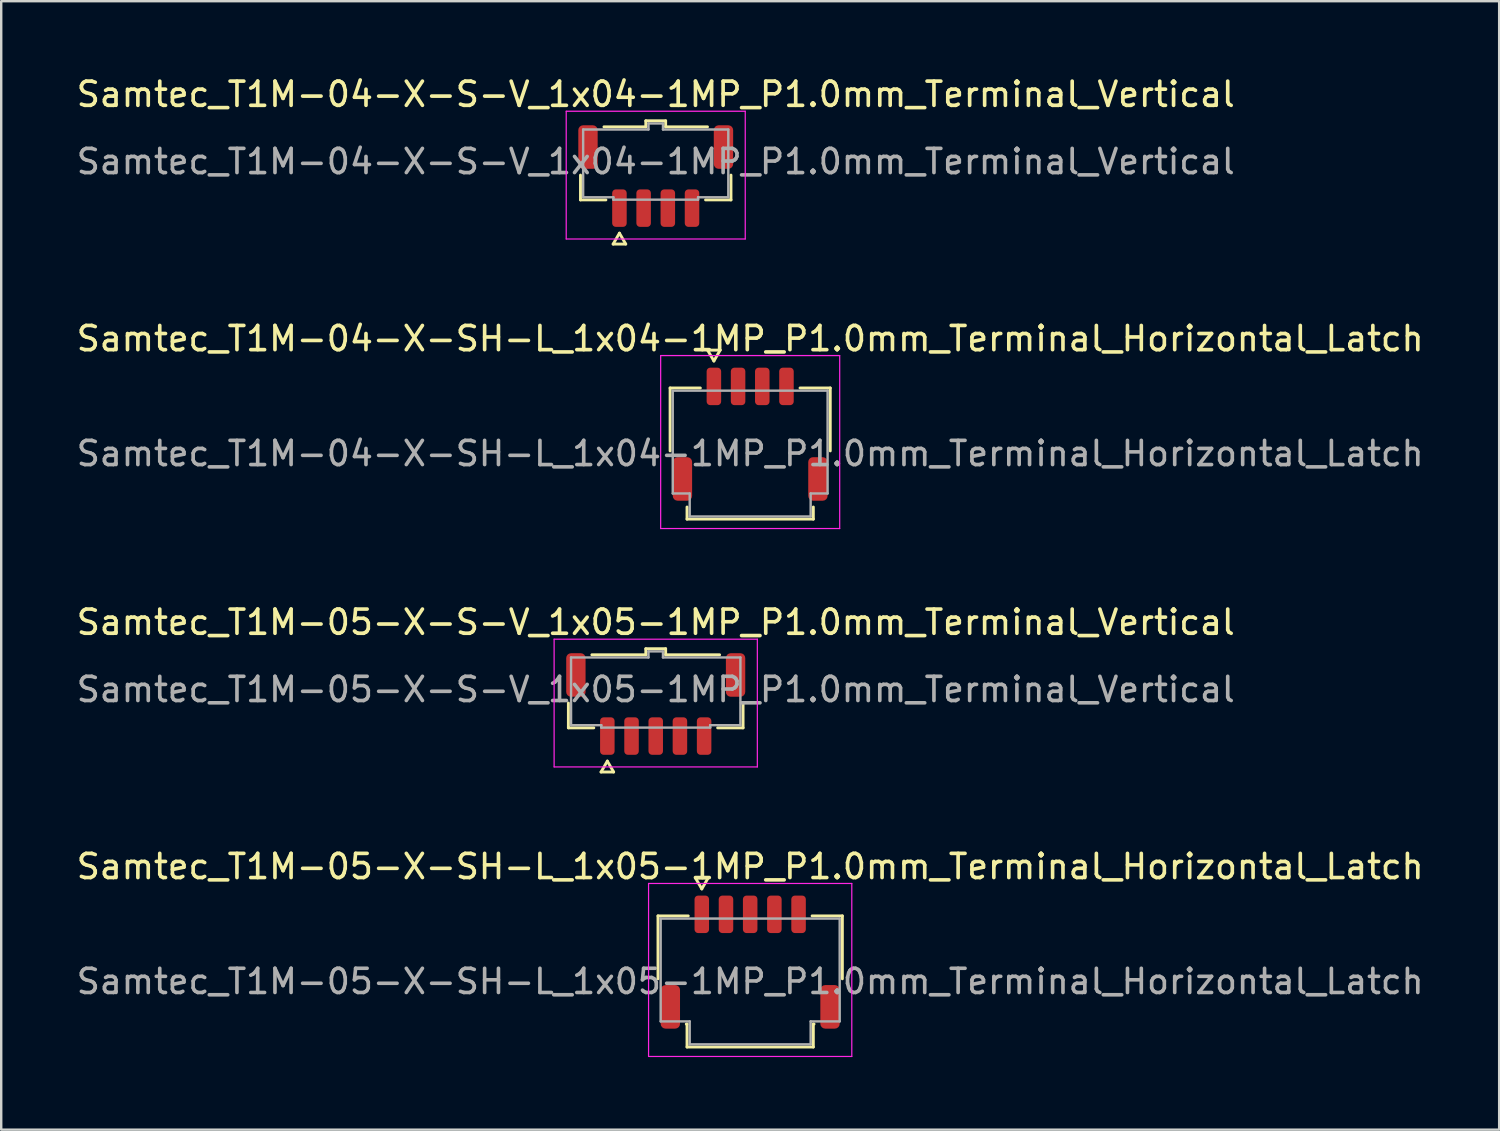
<source format=kicad_pcb>
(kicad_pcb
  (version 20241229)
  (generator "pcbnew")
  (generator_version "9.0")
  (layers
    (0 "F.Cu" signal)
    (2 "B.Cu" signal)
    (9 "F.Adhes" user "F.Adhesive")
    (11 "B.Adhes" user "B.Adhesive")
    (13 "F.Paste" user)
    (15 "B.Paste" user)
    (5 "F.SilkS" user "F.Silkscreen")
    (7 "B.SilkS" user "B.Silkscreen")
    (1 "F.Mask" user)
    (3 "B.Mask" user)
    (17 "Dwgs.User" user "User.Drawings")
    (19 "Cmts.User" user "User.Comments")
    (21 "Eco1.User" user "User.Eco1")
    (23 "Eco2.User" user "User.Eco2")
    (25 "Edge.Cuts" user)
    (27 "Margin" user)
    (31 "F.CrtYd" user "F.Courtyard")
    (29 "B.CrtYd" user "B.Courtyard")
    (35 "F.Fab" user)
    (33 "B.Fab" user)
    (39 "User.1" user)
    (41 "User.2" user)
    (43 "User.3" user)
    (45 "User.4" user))
  (footprint "Samtec_T1M-04-X-S-V_1x04-1MP_P1.0mm_Terminal_Vertical"
    (layer "F.Cu")
    (at 24.054 3.628)
    (property "Reference" "Samtec_T1M-04-X-S-V_1x04-1MP_P1.0mm_Terminal_Vertical" (at 0 -2.78 0) (layer "F.SilkS") (effects (font (size 1 1) (thickness 0.15))))
    (attr smd)
    (fp_line (start -3.11 1.585) (end -3.11 0.56) (stroke (width 0.12) (type solid)) (layer "F.SilkS"))
    (fp_line (start -2.14 -1.435) (end -0.41 -1.435) (stroke (width 0.12) (type solid)) (layer "F.SilkS"))
    (fp_line (start -2.06 1.585) (end -3.11 1.585) (stroke (width 0.12) (type solid)) (layer "F.SilkS"))
    (fp_line (start -1.76 3.41) (end -1.5 2.96) (stroke (width 0.12) (type solid)) (layer "F.SilkS"))
    (fp_line (start -1.5 2.96) (end -1.24 3.41) (stroke (width 0.12) (type solid)) (layer "F.SilkS"))
    (fp_line (start -1.24 3.41) (end -1.76 3.41) (stroke (width 0.12) (type solid)) (layer "F.SilkS"))
    (fp_line (start -0.41 -1.685) (end 0.41 -1.685) (stroke (width 0.12) (type solid)) (layer "F.SilkS"))
    (fp_line (start -0.41 -1.435) (end -0.41 -1.685) (stroke (width 0.12) (type solid)) (layer "F.SilkS"))
    (fp_line (start 0.41 -1.685) (end 0.41 -1.435) (stroke (width 0.12) (type solid)) (layer "F.SilkS"))
    (fp_line (start 0.41 -1.435) (end 2.14 -1.435) (stroke (width 0.12) (type solid)) (layer "F.SilkS"))
    (fp_line (start 3.11 0.56) (end 3.11 1.585) (stroke (width 0.12) (type solid)) (layer "F.SilkS"))
    (fp_line (start 3.11 1.585) (end 2.06 1.585) (stroke (width 0.12) (type solid)) (layer "F.SilkS"))
    (fp_line (start -3.7 -2.08) (end -3.7 3.2) (stroke (width 0.05) (type solid)) (layer "F.CrtYd"))
    (fp_line (start -3.7 3.2) (end 3.7 3.2) (stroke (width 0.05) (type solid)) (layer "F.CrtYd"))
    (fp_line (start 3.7 -2.08) (end -3.7 -2.08) (stroke (width 0.05) (type solid)) (layer "F.CrtYd"))
    (fp_line (start 3.7 3.2) (end 3.7 -2.08) (stroke (width 0.05) (type solid)) (layer "F.CrtYd"))
    (fp_line (start -3 -1.325) (end -0.3 -1.325) (stroke (width 0.1) (type solid)) (layer "F.Fab"))
    (fp_line (start -3 1.475) (end -3 -1.325) (stroke (width 0.1) (type solid)) (layer "F.Fab"))
    (fp_line (start -1.75 1.475) (end -3 1.475) (stroke (width 0.1) (type solid)) (layer "F.Fab"))
    (fp_line (start -1.75 1.575) (end -1.75 1.475) (stroke (width 0.1) (type solid)) (layer "F.Fab"))
    (fp_line (start -0.3 -1.575) (end 0.3 -1.575) (stroke (width 0.1) (type solid)) (layer "F.Fab"))
    (fp_line (start -0.3 -1.325) (end -0.3 -1.575) (stroke (width 0.1) (type solid)) (layer "F.Fab"))
    (fp_line (start 0.3 -1.575) (end 0.3 -1.325) (stroke (width 0.1) (type solid)) (layer "F.Fab"))
    (fp_line (start 0.3 -1.325) (end 3 -1.325) (stroke (width 0.1) (type solid)) (layer "F.Fab"))
    (fp_line (start 1.75 1.475) (end 1.75 1.575) (stroke (width 0.1) (type solid)) (layer "F.Fab"))
    (fp_line (start 1.75 1.575) (end -1.75 1.575) (stroke (width 0.1) (type solid)) (layer "F.Fab"))
    (fp_line (start 3 -1.325) (end 3 1.475) (stroke (width 0.1) (type solid)) (layer "F.Fab"))
    (fp_line (start 3 1.475) (end 1.75 1.475) (stroke (width 0.1) (type solid)) (layer "F.Fab"))
    (fp_text user "${REFERENCE}" (at 0 0 0) (layer "F.Fab") (effects (font (size 1 1) (thickness 0.15))))
    (pad "1" smd roundrect (at -1.5 1.925) (size 0.6 1.55) (layers "F.Cu" "F.Mask" "F.Paste") (roundrect_rratio 0.25))
    (pad "2" smd roundrect (at -0.5 1.925) (size 0.6 1.55) (layers "F.Cu" "F.Mask" "F.Paste") (roundrect_rratio 0.25))
    (pad "3" smd roundrect (at 0.5 1.925) (size 0.6 1.55) (layers "F.Cu" "F.Mask" "F.Paste") (roundrect_rratio 0.25))
    (pad "4" smd roundrect (at 1.5 1.925) (size 0.6 1.55) (layers "F.Cu" "F.Mask" "F.Paste") (roundrect_rratio 0.25))
    (pad "MP" smd roundrect (at -2.8 -0.6) (size 0.8 1.8) (layers "F.Cu" "F.Mask" "F.Paste") (roundrect_rratio 0.25))
    (pad "MP" smd roundrect (at 2.8 -0.6) (size 0.8 1.8) (layers "F.Cu" "F.Mask" "F.Paste") (roundrect_rratio 0.25)))
  (footprint "Samtec_T1M-05-X-S-V_1x05-1MP_P1.0mm_Terminal_Vertical"
    (layer "F.Cu")
    (at 24.054 25.45)
    (property "Reference" "Samtec_T1M-05-X-S-V_1x05-1MP_P1.0mm_Terminal_Vertical" (at 0 -2.78 0) (layer "F.SilkS") (effects (font (size 1 1) (thickness 0.15))))
    (attr smd)
    (fp_line (start -3.61 1.585) (end -3.61 0.56) (stroke (width 0.12) (type solid)) (layer "F.SilkS"))
    (fp_line (start -2.64 -1.435) (end -0.41 -1.435) (stroke (width 0.12) (type solid)) (layer "F.SilkS"))
    (fp_line (start -2.56 1.585) (end -3.61 1.585) (stroke (width 0.12) (type solid)) (layer "F.SilkS"))
    (fp_line (start -2.26 3.41) (end -2 2.96) (stroke (width 0.12) (type solid)) (layer "F.SilkS"))
    (fp_line (start -2 2.96) (end -1.74 3.41) (stroke (width 0.12) (type solid)) (layer "F.SilkS"))
    (fp_line (start -1.74 3.41) (end -2.26 3.41) (stroke (width 0.12) (type solid)) (layer "F.SilkS"))
    (fp_line (start -0.41 -1.685) (end 0.41 -1.685) (stroke (width 0.12) (type solid)) (layer "F.SilkS"))
    (fp_line (start -0.41 -1.435) (end -0.41 -1.685) (stroke (width 0.12) (type solid)) (layer "F.SilkS"))
    (fp_line (start 0.41 -1.685) (end 0.41 -1.435) (stroke (width 0.12) (type solid)) (layer "F.SilkS"))
    (fp_line (start 0.41 -1.435) (end 2.64 -1.435) (stroke (width 0.12) (type solid)) (layer "F.SilkS"))
    (fp_line (start 3.61 0.56) (end 3.61 1.585) (stroke (width 0.12) (type solid)) (layer "F.SilkS"))
    (fp_line (start 3.61 1.585) (end 2.56 1.585) (stroke (width 0.12) (type solid)) (layer "F.SilkS"))
    (fp_line (start -4.2 -2.08) (end -4.2 3.2) (stroke (width 0.05) (type solid)) (layer "F.CrtYd"))
    (fp_line (start -4.2 3.2) (end 4.2 3.2) (stroke (width 0.05) (type solid)) (layer "F.CrtYd"))
    (fp_line (start 4.2 -2.08) (end -4.2 -2.08) (stroke (width 0.05) (type solid)) (layer "F.CrtYd"))
    (fp_line (start 4.2 3.2) (end 4.2 -2.08) (stroke (width 0.05) (type solid)) (layer "F.CrtYd"))
    (fp_line (start -3.5 -1.325) (end -0.3 -1.325) (stroke (width 0.1) (type solid)) (layer "F.Fab"))
    (fp_line (start -3.5 1.475) (end -3.5 -1.325) (stroke (width 0.1) (type solid)) (layer "F.Fab"))
    (fp_line (start -2.25 1.475) (end -3.5 1.475) (stroke (width 0.1) (type solid)) (layer "F.Fab"))
    (fp_line (start -2.25 1.575) (end -2.25 1.475) (stroke (width 0.1) (type solid)) (layer "F.Fab"))
    (fp_line (start -0.3 -1.575) (end 0.3 -1.575) (stroke (width 0.1) (type solid)) (layer "F.Fab"))
    (fp_line (start -0.3 -1.325) (end -0.3 -1.575) (stroke (width 0.1) (type solid)) (layer "F.Fab"))
    (fp_line (start 0.3 -1.575) (end 0.3 -1.325) (stroke (width 0.1) (type solid)) (layer "F.Fab"))
    (fp_line (start 0.3 -1.325) (end 3.5 -1.325) (stroke (width 0.1) (type solid)) (layer "F.Fab"))
    (fp_line (start 2.25 1.475) (end 2.25 1.575) (stroke (width 0.1) (type solid)) (layer "F.Fab"))
    (fp_line (start 2.25 1.575) (end -2.25 1.575) (stroke (width 0.1) (type solid)) (layer "F.Fab"))
    (fp_line (start 3.5 -1.325) (end 3.5 1.475) (stroke (width 0.1) (type solid)) (layer "F.Fab"))
    (fp_line (start 3.5 1.475) (end 2.25 1.475) (stroke (width 0.1) (type solid)) (layer "F.Fab"))
    (fp_text user "${REFERENCE}" (at 0 0 0) (layer "F.Fab") (effects (font (size 1 1) (thickness 0.15))))
    (pad "1" smd roundrect (at -2 1.925) (size 0.6 1.55) (layers "F.Cu" "F.Mask" "F.Paste") (roundrect_rratio 0.25))
    (pad "2" smd roundrect (at -1 1.925) (size 0.6 1.55) (layers "F.Cu" "F.Mask" "F.Paste") (roundrect_rratio 0.25))
    (pad "3" smd roundrect (at 0 1.925) (size 0.6 1.55) (layers "F.Cu" "F.Mask" "F.Paste") (roundrect_rratio 0.25))
    (pad "4" smd roundrect (at 1 1.925) (size 0.6 1.55) (layers "F.Cu" "F.Mask" "F.Paste") (roundrect_rratio 0.25))
    (pad "5" smd roundrect (at 2 1.925) (size 0.6 1.55) (layers "F.Cu" "F.Mask" "F.Paste") (roundrect_rratio 0.25))
    (pad "MP" smd roundrect (at -3.3 -0.6) (size 0.8 1.8) (layers "F.Cu" "F.Mask" "F.Paste") (roundrect_rratio 0.25))
    (pad "MP" smd roundrect (at 3.3 -0.6) (size 0.8 1.8) (layers "F.Cu" "F.Mask" "F.Paste") (roundrect_rratio 0.25)))
  (footprint "Samtec_T1M-05-X-SH-L_1x05-1MP_P1.0mm_Terminal_Horizontal_Latch"
    (layer "F.Cu")
    (at 27.958 37.518)
    (property "Reference" "Samtec_T1M-05-X-SH-L_1x05-1MP_P1.0mm_Terminal_Horizontal_Latch" (at 0 -4.75 0) (layer "F.SilkS") (effects (font (size 1 1) (thickness 0.15))))
    (attr smd)
    (fp_line (start -3.81 -2.71) (end -2.56 -2.71) (stroke (width 0.12) (type solid)) (layer "F.SilkS"))
    (fp_line (start -3.81 -0.11) (end -3.81 -2.71) (stroke (width 0.12) (type solid)) (layer "F.SilkS"))
    (fp_line (start -2.61 1.76) (end -2.64 1.76) (stroke (width 0.12) (type solid)) (layer "F.SilkS"))
    (fp_line (start -2.61 2.71) (end -2.61 1.76) (stroke (width 0.12) (type solid)) (layer "F.SilkS"))
    (fp_line (start -2.26 -4.275) (end -2 -3.825) (stroke (width 0.12) (type solid)) (layer "F.SilkS"))
    (fp_line (start -2 -3.825) (end -1.74 -4.275) (stroke (width 0.12) (type solid)) (layer "F.SilkS"))
    (fp_line (start -1.74 -4.275) (end -2.26 -4.275) (stroke (width 0.12) (type solid)) (layer "F.SilkS"))
    (fp_line (start 2.56 -2.71) (end 3.81 -2.71) (stroke (width 0.12) (type solid)) (layer "F.SilkS"))
    (fp_line (start 2.61 1.76) (end 2.61 2.71) (stroke (width 0.12) (type solid)) (layer "F.SilkS"))
    (fp_line (start 2.61 2.71) (end -2.61 2.71) (stroke (width 0.12) (type solid)) (layer "F.SilkS"))
    (fp_line (start 2.64 1.76) (end 2.61 1.76) (stroke (width 0.12) (type solid)) (layer "F.SilkS"))
    (fp_line (start 3.81 -2.71) (end 3.81 -0.11) (stroke (width 0.12) (type solid)) (layer "F.SilkS"))
    (fp_line (start -4.2 -4.05) (end -4.2 3.1) (stroke (width 0.05) (type solid)) (layer "F.CrtYd"))
    (fp_line (start -4.2 3.1) (end 4.2 3.1) (stroke (width 0.05) (type solid)) (layer "F.CrtYd"))
    (fp_line (start 4.2 -4.05) (end -4.2 -4.05) (stroke (width 0.05) (type solid)) (layer "F.CrtYd"))
    (fp_line (start 4.2 3.1) (end 4.2 -4.05) (stroke (width 0.05) (type solid)) (layer "F.CrtYd"))
    (fp_line (start -3.7 -2.6) (end 3.7 -2.6) (stroke (width 0.1) (type solid)) (layer "F.Fab"))
    (fp_line (start -3.7 1.65) (end -3.7 -2.6) (stroke (width 0.1) (type solid)) (layer "F.Fab"))
    (fp_line (start -2.5 1.65) (end -3.7 1.65) (stroke (width 0.1) (type solid)) (layer "F.Fab"))
    (fp_line (start -2.5 2.6) (end -2.5 1.65) (stroke (width 0.1) (type solid)) (layer "F.Fab"))
    (fp_line (start 2.5 1.65) (end 2.5 2.6) (stroke (width 0.1) (type solid)) (layer "F.Fab"))
    (fp_line (start 2.5 2.6) (end -2.5 2.6) (stroke (width 0.1) (type solid)) (layer "F.Fab"))
    (fp_line (start 3.7 -2.6) (end 3.7 1.65) (stroke (width 0.1) (type solid)) (layer "F.Fab"))
    (fp_line (start 3.7 1.65) (end 2.5 1.65) (stroke (width 0.1) (type solid)) (layer "F.Fab"))
    (fp_text user "${REFERENCE}" (at 0 0 0) (layer "F.Fab") (effects (font (size 1 1) (thickness 0.15))))
    (pad "1" smd roundrect (at -2 -2.775) (size 0.6 1.55) (layers "F.Cu" "F.Mask" "F.Paste") (roundrect_rratio 0.25))
    (pad "2" smd roundrect (at -1 -2.775) (size 0.6 1.55) (layers "F.Cu" "F.Mask" "F.Paste") (roundrect_rratio 0.25))
    (pad "3" smd roundrect (at 0 -2.775) (size 0.6 1.55) (layers "F.Cu" "F.Mask" "F.Paste") (roundrect_rratio 0.25))
    (pad "4" smd roundrect (at 1 -2.775) (size 0.6 1.55) (layers "F.Cu" "F.Mask" "F.Paste") (roundrect_rratio 0.25))
    (pad "5" smd roundrect (at 2 -2.775) (size 0.6 1.55) (layers "F.Cu" "F.Mask" "F.Paste") (roundrect_rratio 0.25))
    (pad "MP" smd roundrect (at -3.3 1.05) (size 0.8 1.8) (layers "F.Cu" "F.Mask" "F.Paste") (roundrect_rratio 0.25))
    (pad "MP" smd roundrect (at 3.3 1.05) (size 0.8 1.8) (layers "F.Cu" "F.Mask" "F.Paste") (roundrect_rratio 0.25)))
  (footprint "Samtec_T1M-04-X-SH-L_1x04-1MP_P1.0mm_Terminal_Horizontal_Latch"
    (layer "F.Cu")
    (at 27.958 15.697)
    (property "Reference" "Samtec_T1M-04-X-SH-L_1x04-1MP_P1.0mm_Terminal_Horizontal_Latch" (at 0 -4.75 0) (layer "F.SilkS") (effects (font (size 1 1) (thickness 0.15))))
    (attr smd)
    (fp_line (start -3.31 -2.71) (end -2.06 -2.71) (stroke (width 0.12) (type solid)) (layer "F.SilkS"))
    (fp_line (start -3.31 -0.11) (end -3.31 -2.71) (stroke (width 0.12) (type solid)) (layer "F.SilkS"))
    (fp_line (start -2.61 2.71) (end -2.61 2.21) (stroke (width 0.12) (type solid)) (layer "F.SilkS"))
    (fp_line (start -1.76 -4.275) (end -1.5 -3.825) (stroke (width 0.12) (type solid)) (layer "F.SilkS"))
    (fp_line (start -1.5 -3.825) (end -1.24 -4.275) (stroke (width 0.12) (type solid)) (layer "F.SilkS"))
    (fp_line (start -1.24 -4.275) (end -1.76 -4.275) (stroke (width 0.12) (type solid)) (layer "F.SilkS"))
    (fp_line (start 2.06 -2.71) (end 3.31 -2.71) (stroke (width 0.12) (type solid)) (layer "F.SilkS"))
    (fp_line (start 2.61 2.21) (end 2.61 2.71) (stroke (width 0.12) (type solid)) (layer "F.SilkS"))
    (fp_line (start 2.61 2.71) (end -2.61 2.71) (stroke (width 0.12) (type solid)) (layer "F.SilkS"))
    (fp_line (start 3.31 -2.71) (end 3.31 -0.11) (stroke (width 0.12) (type solid)) (layer "F.SilkS"))
    (fp_line (start -3.7 -4.05) (end -3.7 3.1) (stroke (width 0.05) (type solid)) (layer "F.CrtYd"))
    (fp_line (start -3.7 3.1) (end 3.7 3.1) (stroke (width 0.05) (type solid)) (layer "F.CrtYd"))
    (fp_line (start 3.7 -4.05) (end -3.7 -4.05) (stroke (width 0.05) (type solid)) (layer "F.CrtYd"))
    (fp_line (start 3.7 3.1) (end 3.7 -4.05) (stroke (width 0.05) (type solid)) (layer "F.CrtYd"))
    (fp_line (start -3.2 -2.6) (end 3.2 -2.6) (stroke (width 0.1) (type solid)) (layer "F.Fab"))
    (fp_line (start -3.2 1.65) (end -3.2 -2.6) (stroke (width 0.1) (type solid)) (layer "F.Fab"))
    (fp_line (start -2.5 1.65) (end -3.2 1.65) (stroke (width 0.1) (type solid)) (layer "F.Fab"))
    (fp_line (start -2.5 2.6) (end -2.5 1.65) (stroke (width 0.1) (type solid)) (layer "F.Fab"))
    (fp_line (start 2.5 1.65) (end 2.5 2.6) (stroke (width 0.1) (type solid)) (layer "F.Fab"))
    (fp_line (start 2.5 2.6) (end -2.5 2.6) (stroke (width 0.1) (type solid)) (layer "F.Fab"))
    (fp_line (start 3.2 -2.6) (end 3.2 1.65) (stroke (width 0.1) (type solid)) (layer "F.Fab"))
    (fp_line (start 3.2 1.65) (end 2.5 1.65) (stroke (width 0.1) (type solid)) (layer "F.Fab"))
    (fp_text user "${REFERENCE}" (at 0 0 0) (layer "F.Fab") (effects (font (size 1 1) (thickness 0.15))))
    (pad "1" smd roundrect (at -1.5 -2.775) (size 0.6 1.55) (layers "F.Cu" "F.Mask" "F.Paste") (roundrect_rratio 0.25))
    (pad "2" smd roundrect (at -0.5 -2.775) (size 0.6 1.55) (layers "F.Cu" "F.Mask" "F.Paste") (roundrect_rratio 0.25))
    (pad "3" smd roundrect (at 0.5 -2.775) (size 0.6 1.55) (layers "F.Cu" "F.Mask" "F.Paste") (roundrect_rratio 0.25))
    (pad "4" smd roundrect (at 1.5 -2.775) (size 0.6 1.55) (layers "F.Cu" "F.Mask" "F.Paste") (roundrect_rratio 0.25))
    (pad "MP" smd roundrect (at -2.8 1.05) (size 0.8 1.8) (layers "F.Cu" "F.Mask" "F.Paste") (roundrect_rratio 0.25))
    (pad "MP" smd roundrect (at 2.8 1.05) (size 0.8 1.8) (layers "F.Cu" "F.Mask" "F.Paste") (roundrect_rratio 0.25)))
  (gr_rect
    (start -3 -3)
    (end 58.917 43.643)
    (stroke (width 0.1) (type default))
    (fill no)
    (layer "Edge.Cuts")))
</source>
